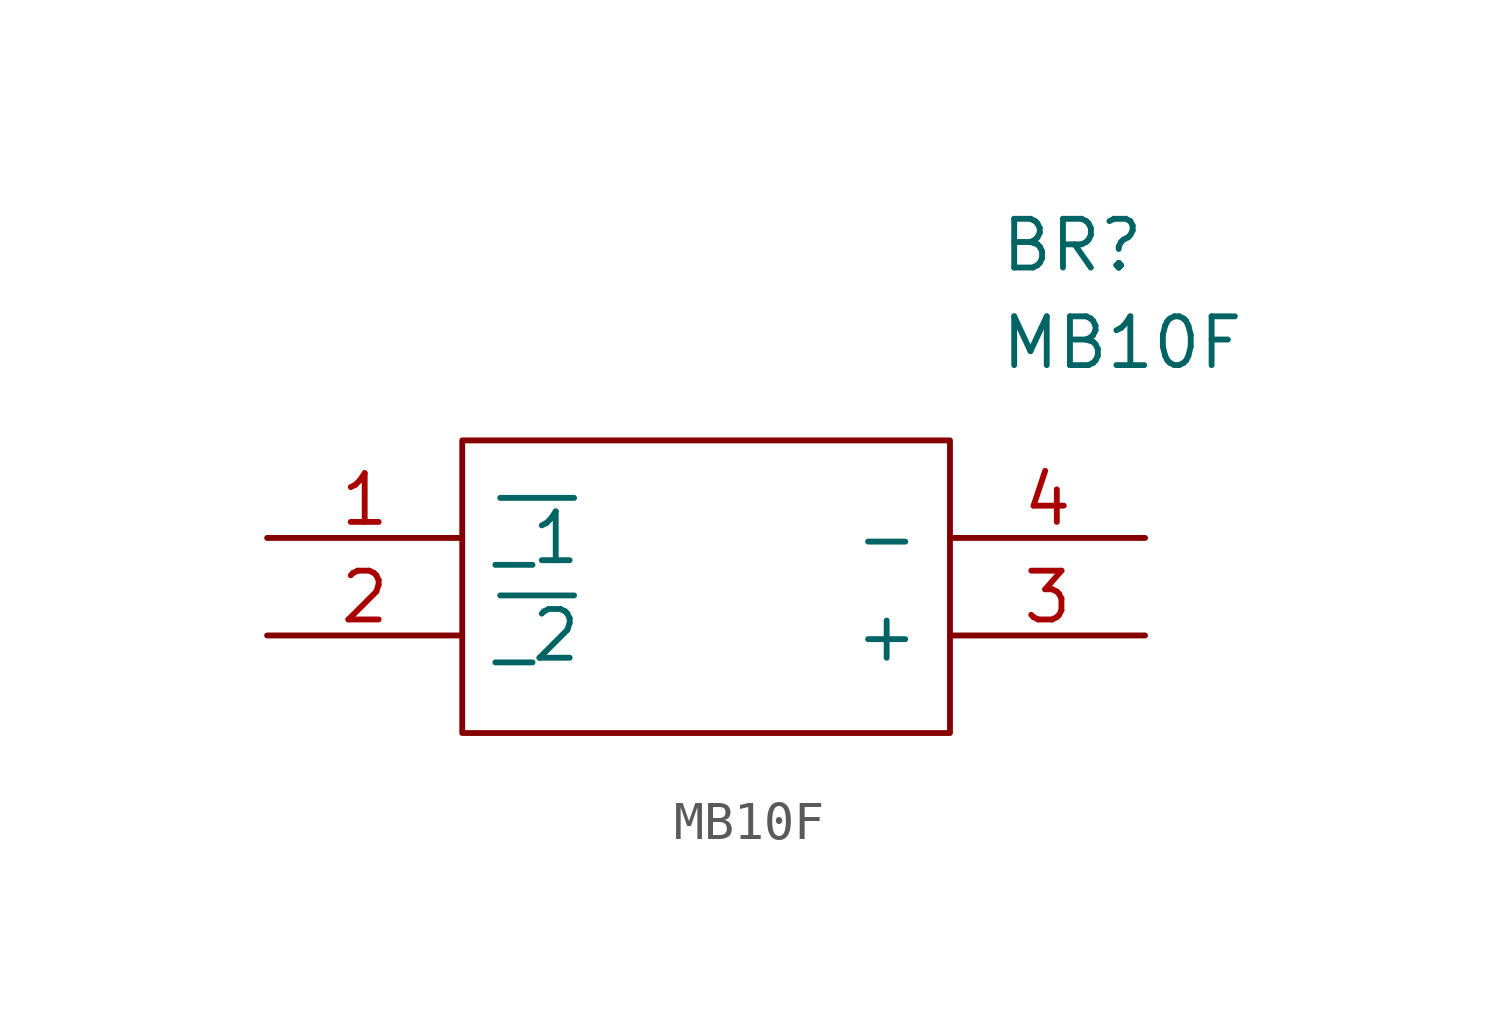
<source format=kicad_sym>
(kicad_symbol_lib
  (version 20211014)
  (generator kicad_symbol_editor)
  (symbol "MB10F"
    (pin_names
      (offset 0.762))
    (property "Reference" "BR"
      (at 19.05 7.62 0)
      (effects (font (size 1.27 1.27)) (justify left)))
    (property "Value" "MB10F"
      (at 19.05 5.08 0)
      (effects (font (size 1.27 1.27)) (justify left)))
    (symbol "MB10F_0_0"
      (pin passive line (at 0 0 0) (length 5.08) (name "~{_1}" (effects (font (size 1.27 1.27)))) (number "1" (effects (font (size 1.27 1.27)))))
      (pin passive line (at 0 -2.54 0) (length 5.08) (name "~{_2}" (effects (font (size 1.27 1.27)))) (number "2" (effects (font (size 1.27 1.27)))))
      (pin passive line (at 22.86 -2.54 180) (length 5.08) (name "+" (effects (font (size 1.27 1.27)))) (number "3" (effects (font (size 1.27 1.27)))))
      (pin passive line (at 22.86 0 180) (length 5.08) (name "-" (effects (font (size 1.27 1.27)))) (number "4" (effects (font (size 1.27 1.27))))))
    (symbol "MB10F_0_1"
      (polyline (pts (xy 5.08 2.54) (xy 17.78 2.54) (xy 17.78 -5.08) (xy 5.08 -5.08) (xy 5.08 2.54)) (stroke (width 0.152) (type default) (color 0 0 0 0)) (fill (type none))))))
</source>
